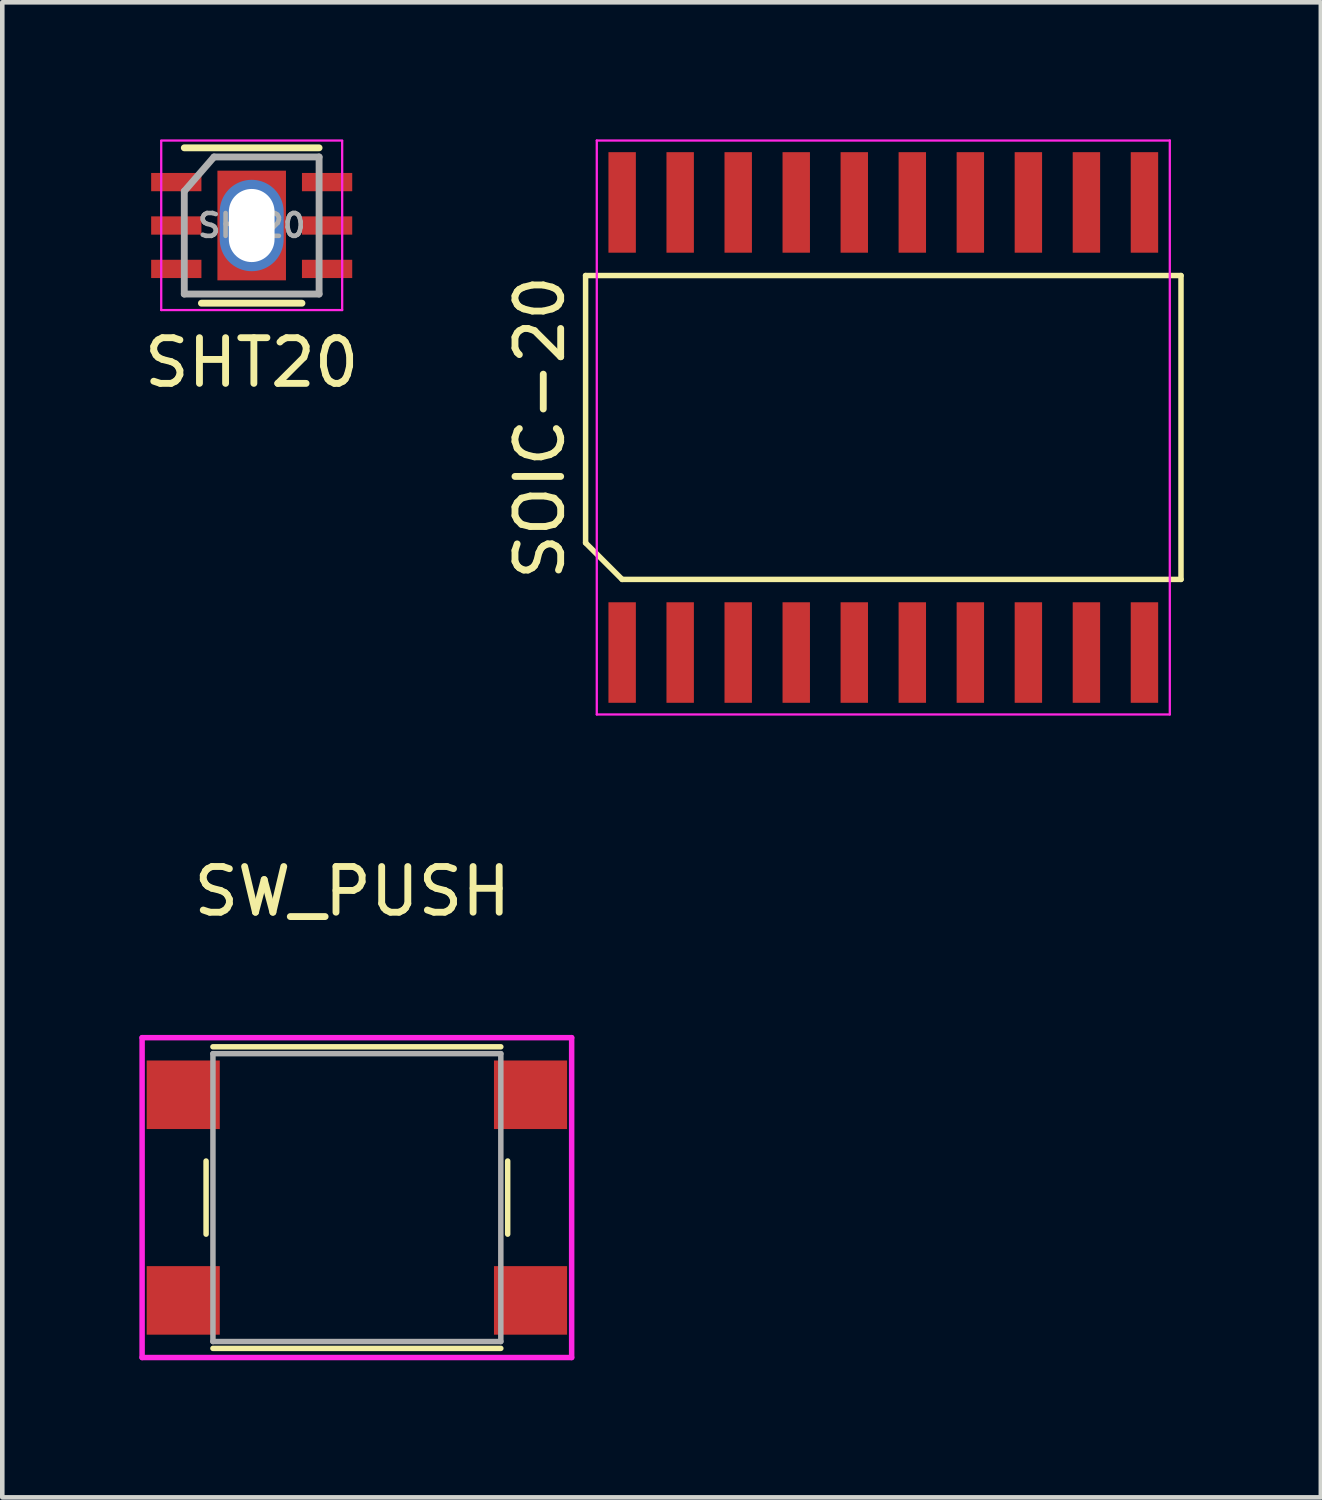
<source format=kicad_pcb>
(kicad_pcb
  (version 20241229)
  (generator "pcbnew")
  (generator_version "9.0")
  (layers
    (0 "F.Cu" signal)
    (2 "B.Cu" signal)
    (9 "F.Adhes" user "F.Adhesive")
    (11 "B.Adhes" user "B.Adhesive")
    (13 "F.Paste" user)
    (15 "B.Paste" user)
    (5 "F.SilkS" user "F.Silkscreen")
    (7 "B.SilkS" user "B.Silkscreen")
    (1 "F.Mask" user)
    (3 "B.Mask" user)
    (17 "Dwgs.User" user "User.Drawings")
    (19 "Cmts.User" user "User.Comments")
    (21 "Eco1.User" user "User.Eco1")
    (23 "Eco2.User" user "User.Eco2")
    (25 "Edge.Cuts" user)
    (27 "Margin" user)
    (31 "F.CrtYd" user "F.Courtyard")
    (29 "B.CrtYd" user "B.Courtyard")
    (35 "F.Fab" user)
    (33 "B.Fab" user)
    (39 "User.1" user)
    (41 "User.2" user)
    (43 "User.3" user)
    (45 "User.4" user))
  (footprint "SOIC-20"
    (layer "F.Cu")
    (at 16.28 6.305)
    (property "Reference" "SOIC-20" (at -7.515 0 90) (layer "F.SilkS") (effects (font (size 1 1) (thickness 0.15))))
    (attr smd)
    (fp_line (start -6.515 -3.325) (end 6.515 -3.325) (stroke (width 0.12) (type solid)) (layer "F.SilkS"))
    (fp_line (start -6.515 2.525) (end -6.515 -3.325) (stroke (width 0.12) (type solid)) (layer "F.SilkS"))
    (fp_line (start -5.715 3.325) (end -6.515 2.525) (stroke (width 0.12) (type solid)) (layer "F.SilkS"))
    (fp_line (start 6.515 -3.325) (end 6.515 3.325) (stroke (width 0.12) (type solid)) (layer "F.SilkS"))
    (fp_line (start 6.515 3.325) (end -5.715 3.325) (stroke (width 0.12) (type solid)) (layer "F.SilkS"))
    (fp_line (start -6.27 -6.28) (end 6.27 -6.28) (stroke (width 0.05) (type solid)) (layer "F.CrtYd"))
    (fp_line (start -6.27 6.28) (end -6.27 -6.28) (stroke (width 0.05) (type solid)) (layer "F.CrtYd"))
    (fp_line (start 6.27 -6.28) (end 6.27 6.28) (stroke (width 0.05) (type solid)) (layer "F.CrtYd"))
    (fp_line (start 6.27 6.28) (end -6.27 6.28) (stroke (width 0.05) (type solid)) (layer "F.CrtYd"))
    (pad "1" smd rect (at -5.715 4.925) (size 0.6 2.2) (layers "F.Cu" "F.Mask" "F.Paste"))
    (pad "2" smd rect (at -4.445 4.925) (size 0.6 2.2) (layers "F.Cu" "F.Mask" "F.Paste"))
    (pad "3" smd rect (at -3.175 4.925) (size 0.6 2.2) (layers "F.Cu" "F.Mask" "F.Paste"))
    (pad "4" smd rect (at -1.905 4.925) (size 0.6 2.2) (layers "F.Cu" "F.Mask" "F.Paste"))
    (pad "5" smd rect (at -0.635 4.925) (size 0.6 2.2) (layers "F.Cu" "F.Mask" "F.Paste"))
    (pad "6" smd rect (at 0.635 4.925) (size 0.6 2.2) (layers "F.Cu" "F.Mask" "F.Paste"))
    (pad "7" smd rect (at 1.905 4.925) (size 0.6 2.2) (layers "F.Cu" "F.Mask" "F.Paste"))
    (pad "8" smd rect (at 3.175 4.925) (size 0.6 2.2) (layers "F.Cu" "F.Mask" "F.Paste"))
    (pad "9" smd rect (at 4.445 4.925) (size 0.6 2.2) (layers "F.Cu" "F.Mask" "F.Paste"))
    (pad "10" smd rect (at 5.715 4.925) (size 0.6 2.2) (layers "F.Cu" "F.Mask" "F.Paste"))
    (pad "11" smd rect (at 5.715 -4.925) (size 0.6 2.2) (layers "F.Cu" "F.Mask" "F.Paste"))
    (pad "12" smd rect (at 4.445 -4.925) (size 0.6 2.2) (layers "F.Cu" "F.Mask" "F.Paste"))
    (pad "13" smd rect (at 3.175 -4.925) (size 0.6 2.2) (layers "F.Cu" "F.Mask" "F.Paste"))
    (pad "14" smd rect (at 1.905 -4.925) (size 0.6 2.2) (layers "F.Cu" "F.Mask" "F.Paste"))
    (pad "15" smd rect (at 0.635 -4.925) (size 0.6 2.2) (layers "F.Cu" "F.Mask" "F.Paste"))
    (pad "16" smd rect (at -0.635 -4.925) (size 0.6 2.2) (layers "F.Cu" "F.Mask" "F.Paste"))
    (pad "17" smd rect (at -1.905 -4.925) (size 0.6 2.2) (layers "F.Cu" "F.Mask" "F.Paste"))
    (pad "18" smd rect (at -3.175 -4.925) (size 0.6 2.2) (layers "F.Cu" "F.Mask" "F.Paste"))
    (pad "19" smd rect (at -4.445 -4.925) (size 0.6 2.2) (layers "F.Cu" "F.Mask" "F.Paste"))
    (pad "20" smd rect (at -5.715 -4.925) (size 0.6 2.2) (layers "F.Cu" "F.Mask" "F.Paste")))
  (footprint "SW_PUSH"
    (layer "F.Cu")
    (at 4.76 23.158)
    (property "Reference" "SW_PUSH" (at -0.1 -6.7 0) (layer "F.SilkS") (effects (font (size 1 1) (thickness 0.15))))
    (attr through_hole)
    (fp_line (start -3.3 -0.8) (end -3.3 0.8) (stroke (width 0.12) (type solid)) (layer "F.SilkS"))
    (fp_line (start -3.15 -3.3) (end 3.15 -3.3) (stroke (width 0.12) (type solid)) (layer "F.SilkS"))
    (fp_line (start -3.15 3.3) (end 3.15 3.3) (stroke (width 0.12) (type solid)) (layer "F.SilkS"))
    (fp_line (start 3.3 -0.8) (end 3.3 0.8) (stroke (width 0.12) (type solid)) (layer "F.SilkS"))
    (fp_line (start -4.7 -3.5) (end 4.7 -3.5) (stroke (width 0.12) (type solid)) (layer "F.CrtYd"))
    (fp_line (start -4.7 3.5) (end -4.7 -3.5) (stroke (width 0.12) (type solid)) (layer "F.CrtYd"))
    (fp_line (start -4.7 3.5) (end 4.7 3.5) (stroke (width 0.12) (type solid)) (layer "F.CrtYd"))
    (fp_line (start 4.7 -3.5) (end 4.7 3.5) (stroke (width 0.12) (type solid)) (layer "F.CrtYd"))
    (fp_line (start -3.15 -3.15) (end -3.15 3.15) (stroke (width 0.12) (type solid)) (layer "F.Fab"))
    (fp_line (start -3.15 -3.15) (end 3.15 -3.15) (stroke (width 0.12) (type solid)) (layer "F.Fab"))
    (fp_line (start -3.15 3.15) (end 3.15 3.15) (stroke (width 0.12) (type solid)) (layer "F.Fab"))
    (fp_line (start 3.15 -3.15) (end 3.15 3.15) (stroke (width 0.12) (type solid)) (layer "F.Fab"))
    (pad "1" smd rect (at -3.8 -2.25) (size 1.6 1.5) (layers "F.Cu" "F.Mask" "F.Paste"))
    (pad "1" smd rect (at 3.8 -2.25) (size 1.6 1.5) (layers "F.Cu" "F.Mask" "F.Paste"))
    (pad "2" smd rect (at -3.8 2.25) (size 1.6 1.5) (layers "F.Cu" "F.Mask" "F.Paste"))
    (pad "2" smd rect (at 3.8 2.25) (size 1.6 1.5) (layers "F.Cu" "F.Mask" "F.Paste")))
  (footprint "SHT20"
    (layer "F.Cu")
    (at 2.458 1.885)
    (property "Reference" "SHT20" (at 0 3 0) (layer "F.SilkS") (effects (font (size 1 1) (thickness 0.15))))
    (attr through_hole)
    (fp_line (start 1.1 1.7) (end -1.1 1.7) (stroke (width 0.15) (type solid)) (layer "F.SilkS"))
    (fp_line (start 1.475 -1.7) (end -1.475 -1.7) (stroke (width 0.15) (type solid)) (layer "F.SilkS"))
    (fp_line (start -1.98 -1.86) (end 1.98 -1.86) (stroke (width 0.05) (type solid)) (layer "F.CrtYd"))
    (fp_line (start -1.98 1.85) (end -1.98 -1.85) (stroke (width 0.05) (type solid)) (layer "F.CrtYd"))
    (fp_line (start -1.98 1.85) (end 1.98 1.85) (stroke (width 0.05) (type solid)) (layer "F.CrtYd"))
    (fp_line (start 1.98 1.85) (end 1.98 -1.85) (stroke (width 0.05) (type solid)) (layer "F.CrtYd"))
    (fp_line (start -1.475 -0.75) (end -0.825 -1.5) (stroke (width 0.15) (type solid)) (layer "F.Fab"))
    (fp_line (start -1.475 1.5) (end -1.475 -0.75) (stroke (width 0.15) (type solid)) (layer "F.Fab"))
    (fp_line (start 1.475 -1.5) (end -0.825 -1.5) (stroke (width 0.15) (type solid)) (layer "F.Fab"))
    (fp_line (start 1.475 -1.5) (end 1.475 1.5) (stroke (width 0.15) (type solid)) (layer "F.Fab"))
    (fp_line (start 1.475 1.5) (end -1.475 1.5) (stroke (width 0.15) (type solid)) (layer "F.Fab"))
    (fp_text user "${REFERENCE}" (at 0 0 0) (layer "F.Fab") (effects (font (size 0.5 0.5) (thickness 0.1))))
    (pad "1" smd rect (at -1.65 -0.95) (size 1.1 0.4) (layers "F.Cu" "F.Mask" "F.Paste"))
    (pad "2" smd rect (at -1.65 0) (size 1.1 0.4) (layers "F.Cu" "F.Mask" "F.Paste"))
    (pad "3" smd rect (at -1.65 0.95) (size 1.1 0.4) (layers "F.Cu" "F.Mask" "F.Paste"))
    (pad "4" smd rect (at 1.65 0.95) (size 1.1 0.4) (layers "F.Cu" "F.Mask" "F.Paste"))
    (pad "5" smd rect (at 1.65 0) (size 1.1 0.4) (layers "F.Cu" "F.Mask" "F.Paste"))
    (pad "6" smd rect (at 1.65 -0.95) (size 1.1 0.4) (layers "F.Cu" "F.Mask" "F.Paste"))
    (pad "7" thru_hole oval (at 0 0) (size 1.4 2) (drill oval 1 1.6) (layers "*.Cu" "*.Mask"))
    (pad "7" smd rect (at 0 0) (size 1.5 2.4) (layers "F.Cu" "F.Mask" "F.Paste")))
  (gr_rect
    (start -3 -3)
    (end 25.855 29.718)
    (stroke (width 0.1) (type default))
    (fill no)
    (layer "Edge.Cuts")))
</source>
